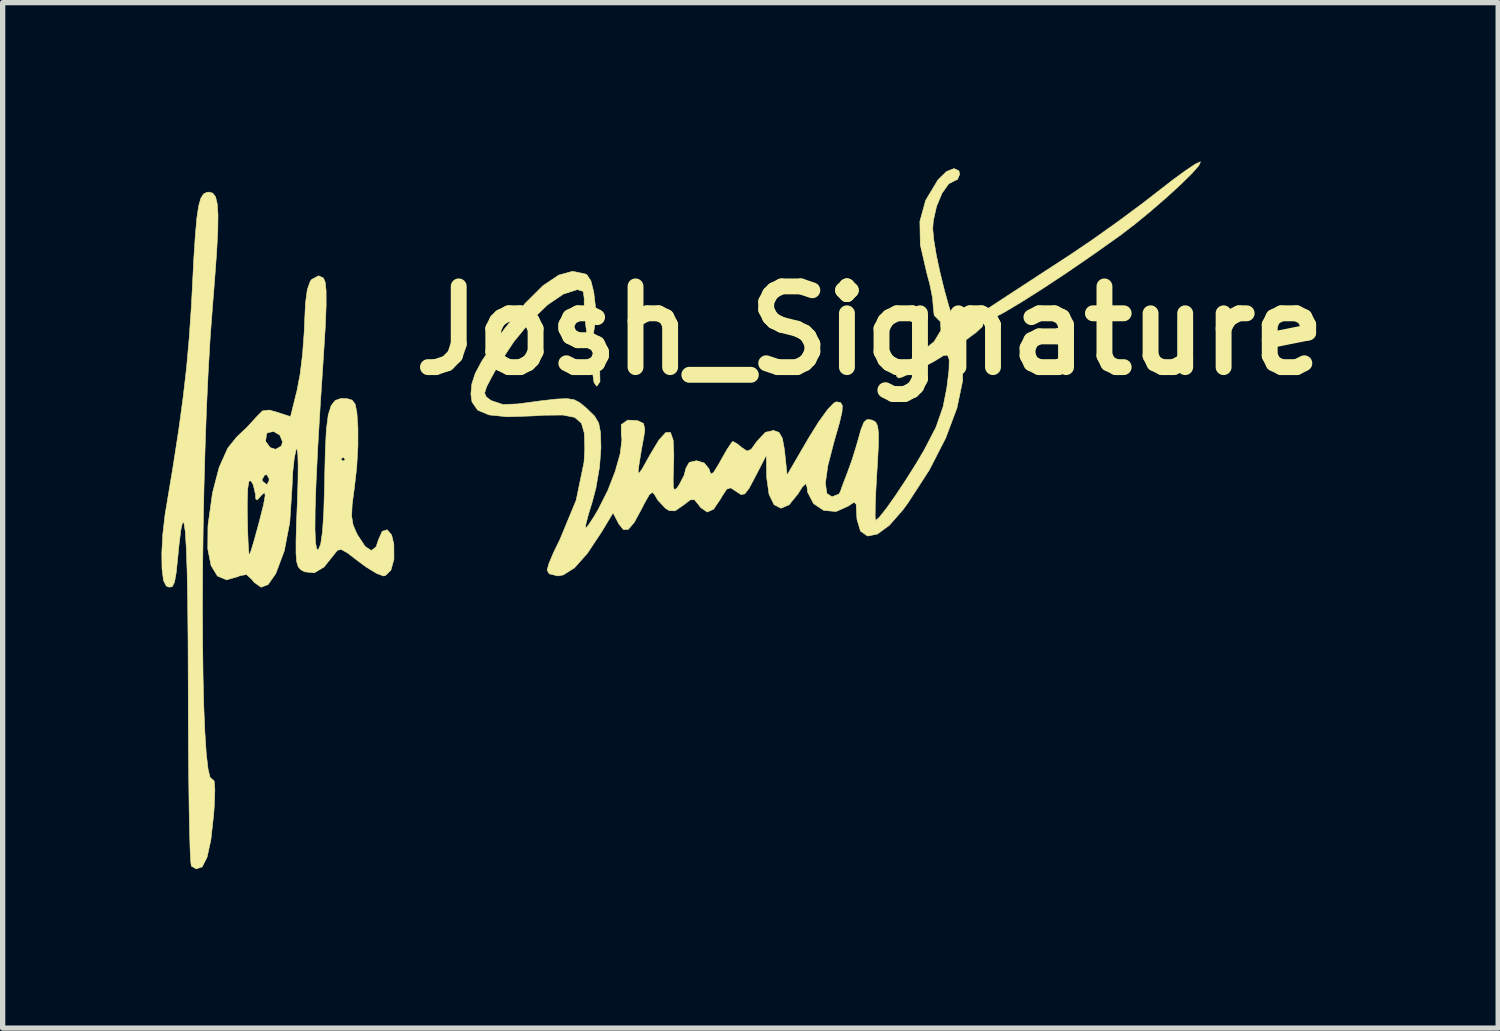
<source format=kicad_pcb>
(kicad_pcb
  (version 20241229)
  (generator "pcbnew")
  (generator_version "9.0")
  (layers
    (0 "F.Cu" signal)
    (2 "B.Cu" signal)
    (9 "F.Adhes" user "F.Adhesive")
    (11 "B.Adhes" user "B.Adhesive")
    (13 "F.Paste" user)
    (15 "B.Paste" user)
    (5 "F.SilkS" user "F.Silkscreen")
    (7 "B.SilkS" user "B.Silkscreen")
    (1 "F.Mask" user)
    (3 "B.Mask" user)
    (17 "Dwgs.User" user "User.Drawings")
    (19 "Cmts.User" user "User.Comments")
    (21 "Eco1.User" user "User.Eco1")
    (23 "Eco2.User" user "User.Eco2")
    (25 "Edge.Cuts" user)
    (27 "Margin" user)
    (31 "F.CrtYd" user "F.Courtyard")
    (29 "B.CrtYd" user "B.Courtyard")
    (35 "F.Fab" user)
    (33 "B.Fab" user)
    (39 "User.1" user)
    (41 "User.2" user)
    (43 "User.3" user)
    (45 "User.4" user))
  (footprint "Josh_Signature"
    (layer "F.Cu")
    (at 13.376 3.192)
    (property "Reference" "Josh_Signature" (at 0 0 0) (layer "F.SilkS") (effects (font (size 1.524 1.524) (thickness 0.3))))
    (attr through_hole)
    (fp_poly (pts (xy -5.187 0.414) (xy -5.165 0.486) (xy -5.102 0.768) (xy -5.098 0.963) (xy -5.153 1.045) (xy -5.165 1.046) (xy -5.211 0.978) (xy -5.237 0.804) (xy -5.239 0.654) (xy -5.231 0.442) (xy -5.215 0.366) (xy -5.187 0.414)) (stroke (width 0.01) (type solid)) (fill yes) (layer "F.SilkS"))
    (fp_poly (pts (xy -12.409 -2.595) (xy -12.357 -2.528) (xy -12.325 -2.396) (xy -12.31 -2.186) (xy -12.314 -1.883) (xy -12.336 -1.472) (xy -12.375 -0.937) (xy -12.412 -0.475) (xy -12.457 0.122) (xy -12.495 0.78) (xy -12.528 1.485) (xy -12.554 2.223) (xy -12.575 2.979) (xy -12.59 3.739) (xy -12.6 4.49) (xy -12.603 5.216) (xy -12.6 5.904) (xy -12.592 6.54) (xy -12.578 7.109) (xy -12.557 7.598) (xy -12.531 7.991) (xy -12.498 8.276) (xy -12.46 8.437) (xy -12.423 8.467) (xy -12.383 8.501) (xy -12.369 8.668) (xy -12.38 8.973) (xy -12.393 9.149) (xy -12.445 9.618) (xy -12.516 9.942) (xy -12.607 10.123) (xy -12.72 10.164) (xy -12.813 10.11) (xy -12.825 10.027) (xy -12.836 9.811) (xy -12.846 9.475) (xy -12.855 9.036) (xy -12.862 8.509) (xy -12.868 7.91) (xy -12.871 7.254) (xy -12.872 6.767) (xy -12.875 5.883) (xy -12.882 5.143) (xy -12.893 4.547) (xy -12.909 4.097) (xy -12.928 3.792) (xy -12.952 3.634) (xy -12.979 3.622) (xy -13.011 3.759) (xy -13.046 4.044) (xy -13.066 4.248) (xy -13.098 4.562) (xy -13.131 4.75) (xy -13.175 4.836) (xy -13.239 4.843) (xy -13.287 4.822) (xy -13.339 4.718) (xy -13.367 4.499) (xy -13.371 4.197) (xy -13.352 3.843) (xy -13.309 3.47) (xy -13.291 3.362) (xy -13.157 2.556) (xy -13.05 1.863) (xy -12.967 1.25) (xy -12.902 0.684) (xy -12.853 0.13) (xy -12.814 -0.443) (xy -12.796 -0.784) (xy -12.767 -1.359) (xy -12.738 -1.801) (xy -12.709 -2.127) (xy -12.675 -2.354) (xy -12.634 -2.499) (xy -12.583 -2.58) (xy -12.518 -2.612) (xy -12.481 -2.615) (xy -12.409 -2.595)) (stroke (width 0.01) (type solid)) (fill yes) (layer "F.SilkS"))
    (fp_poly (pts (xy -10.32 -0.993) (xy -10.286 -0.916) (xy -10.269 -0.751) (xy -10.268 -0.481) (xy -10.283 -0.093) (xy -10.315 0.428) (xy -10.317 0.461) (xy -10.379 1.404) (xy -10.426 2.202) (xy -10.458 2.858) (xy -10.476 3.375) (xy -10.479 3.756) (xy -10.469 4.006) (xy -10.444 4.127) (xy -10.415 4.136) (xy -10.371 4.031) (xy -10.337 3.796) (xy -10.313 3.424) (xy -10.298 2.911) (xy -10.296 2.779) (xy -10.288 2.428) (xy -9.991 2.428) (xy -9.948 2.465) (xy -9.906 2.428) (xy -9.948 2.391) (xy -9.991 2.428) (xy -10.288 2.428) (xy -10.284 2.258) (xy -10.264 1.869) (xy -10.229 1.594) (xy -10.174 1.416) (xy -10.096 1.318) (xy -9.988 1.281) (xy -9.871 1.285) (xy -9.777 1.313) (xy -9.72 1.389) (xy -9.688 1.548) (xy -9.669 1.821) (xy -9.668 1.83) (xy -9.668 2.175) (xy -9.691 2.581) (xy -9.734 2.96) (xy -9.735 2.966) (xy -9.777 3.285) (xy -9.787 3.503) (xy -9.76 3.666) (xy -9.695 3.82) (xy -9.676 3.857) (xy -9.53 4.078) (xy -9.413 4.153) (xy -9.324 4.081) (xy -9.283 3.956) (xy -9.21 3.79) (xy -9.116 3.76) (xy -9.032 3.858) (xy -8.99 4.032) (xy -8.988 4.316) (xy -9.046 4.525) (xy -9.152 4.627) (xy -9.188 4.632) (xy -9.316 4.584) (xy -9.514 4.463) (xy -9.664 4.352) (xy -9.866 4.197) (xy -9.984 4.132) (xy -10.055 4.147) (xy -10.109 4.215) (xy -10.308 4.464) (xy -10.492 4.574) (xy -10.674 4.554) (xy -10.682 4.55) (xy -10.749 4.513) (xy -10.795 4.459) (xy -10.824 4.366) (xy -10.837 4.21) (xy -10.837 3.968) (xy -10.827 3.617) (xy -10.813 3.26) (xy -10.8 2.862) (xy -10.797 2.545) (xy -10.803 2.328) (xy -10.819 2.23) (xy -10.834 2.241) (xy -10.87 2.407) (xy -10.898 2.668) (xy -10.913 2.97) (xy -10.914 2.997) (xy -10.955 3.621) (xy -11.058 4.158) (xy -11.216 4.58) (xy -11.227 4.6) (xy -11.365 4.796) (xy -11.497 4.845) (xy -11.631 4.75) (xy -11.664 4.706) (xy -11.771 4.605) (xy -11.898 4.628) (xy -11.928 4.643) (xy -12.148 4.706) (xy -12.321 4.634) (xy -12.441 4.436) (xy -12.503 4.122) (xy -12.5 3.703) (xy -12.496 3.655) (xy -12.441 3.259) (xy -11.758 3.259) (xy -11.756 3.494) (xy -11.749 3.809) (xy -11.738 4.057) (xy -11.726 4.207) (xy -11.717 4.238) (xy -11.687 4.159) (xy -11.63 3.97) (xy -11.557 3.704) (xy -11.524 3.582) (xy -11.449 3.282) (xy -11.419 3.112) (xy -11.431 3.057) (xy -11.479 3.096) (xy -11.569 3.197) (xy -11.598 3.177) (xy -11.601 3.096) (xy -11.644 2.913) (xy -11.685 2.839) (xy -11.725 2.841) (xy -11.749 2.98) (xy -11.758 3.259) (xy -12.441 3.259) (xy -12.415 3.069) (xy -12.35 2.817) (xy -11.48 2.817) (xy -11.469 2.844) (xy -11.387 2.91) (xy -11.347 2.835) (xy -11.345 2.797) (xy -11.387 2.72) (xy -11.431 2.728) (xy -11.48 2.817) (xy -12.35 2.817) (xy -12.289 2.584) (xy -12.125 2.218) (xy -12.022 2.09) (xy -11.412 2.09) (xy -11.324 2.209) (xy -11.221 2.241) (xy -11.114 2.179) (xy -11.091 2.1) (xy -11.144 1.972) (xy -11.26 1.904) (xy -11.375 1.929) (xy -11.392 1.949) (xy -11.412 2.09) (xy -12.022 2.09) (xy -11.955 2.007) (xy -11.759 1.822) (xy -11.595 1.642) (xy -11.587 1.633) (xy -11.471 1.516) (xy -11.341 1.5) (xy -11.195 1.541) (xy -10.941 1.624) (xy -10.818 1.13) (xy -10.76 0.826) (xy -10.713 0.439) (xy -10.683 0.036) (xy -10.677 -0.112) (xy -10.659 -0.509) (xy -10.624 -0.775) (xy -10.568 -0.931) (xy -10.538 -0.968) (xy -10.41 -1.035) (xy -10.32 -0.993)) (stroke (width 0.01) (type solid)) (fill yes) (layer "F.SilkS"))
    (fp_poly (pts (xy 6.239 -3.186) (xy 6.208 -3.115) (xy 6.076 -2.965) (xy 5.866 -2.759) (xy 5.602 -2.517) (xy 5.309 -2.263) (xy 5.01 -2.017) (xy 4.728 -1.801) (xy 4.699 -1.78) (xy 4.189 -1.419) (xy 3.701 -1.084) (xy 3.25 -0.786) (xy 2.857 -0.537) (xy 2.538 -0.347) (xy 2.311 -0.228) (xy 2.194 -0.192) (xy 2.188 -0.194) (xy 2.13 -0.203) (xy 2.147 -0.167) (xy 2.122 -0.076) (xy 1.99 0.046) (xy 1.948 0.074) (xy 1.779 0.202) (xy 1.725 0.335) (xy 1.742 0.509) (xy 1.75 0.943) (xy 1.643 1.457) (xy 1.43 2.027) (xy 1.12 2.632) (xy 0.721 3.248) (xy 0.622 3.384) (xy 0.365 3.677) (xy 0.139 3.842) (xy -0.046 3.879) (xy -0.179 3.786) (xy -0.246 3.563) (xy -0.253 3.444) (xy -0.261 3.279) (xy -0.3 3.24) (xy -0.399 3.305) (xy -0.409 3.313) (xy -0.64 3.416) (xy -0.873 3.395) (xy -1.065 3.267) (xy -1.177 3.053) (xy -1.189 2.953) (xy -1.211 2.89) (xy -1.278 2.953) (xy -1.36 3.082) (xy -1.527 3.289) (xy -1.681 3.354) (xy -1.812 3.286) (xy -1.906 3.091) (xy -1.95 2.778) (xy -1.952 2.713) (xy -1.957 2.353) (xy -2.165 2.756) (xy -2.283 2.978) (xy -2.364 3.083) (xy -2.436 3.096) (xy -2.525 3.037) (xy -2.63 2.969) (xy -2.705 2.993) (xy -2.794 3.129) (xy -2.82 3.176) (xy -2.953 3.372) (xy -3.073 3.426) (xy -3.195 3.342) (xy -3.235 3.289) (xy -3.315 3.193) (xy -3.392 3.195) (xy -3.527 3.298) (xy -3.53 3.3) (xy -3.679 3.403) (xy -3.788 3.4) (xy -3.859 3.357) (xy -4.006 3.202) (xy -4.058 3.112) (xy -4.104 3.053) (xy -4.165 3.096) (xy -4.258 3.258) (xy -4.303 3.348) (xy -4.448 3.617) (xy -4.561 3.751) (xy -4.655 3.759) (xy -4.744 3.648) (xy -4.753 3.63) (xy -4.851 3.441) (xy -5.063 3.794) (xy -5.336 4.206) (xy -5.577 4.477) (xy -5.79 4.613) (xy -5.894 4.632) (xy -6.056 4.592) (xy -6.096 4.522) (xy -6.063 4.401) (xy -5.975 4.191) (xy -5.854 3.943) (xy -5.548 3.204) (xy -5.399 2.484) (xy -5.385 2.233) (xy -5.393 1.94) (xy -5.448 1.748) (xy -5.575 1.638) (xy -5.803 1.594) (xy -6.159 1.598) (xy -6.363 1.611) (xy -6.85 1.627) (xy -7.192 1.592) (xy -7.408 1.501) (xy -7.515 1.346) (xy -7.535 1.198) (xy -7.518 1.008) (xy -7.454 0.81) (xy -7.33 0.577) (xy -7.13 0.278) (xy -6.893 -0.043) (xy -6.511 -0.514) (xy -6.176 -0.847) (xy -5.879 -1.047) (xy -5.614 -1.12) (xy -5.375 -1.069) (xy -5.344 -1.053) (xy -5.27 -0.941) (xy -5.216 -0.729) (xy -5.185 -0.465) (xy -5.183 -0.199) (xy -5.215 0.02) (xy -5.234 0.075) (xy -5.284 0.175) (xy -5.317 0.168) (xy -5.347 0.036) (xy -5.364 -0.075) (xy -5.39 -0.327) (xy -5.397 -0.548) (xy -5.395 -0.598) (xy -5.413 -0.739) (xy -5.523 -0.774) (xy -5.527 -0.774) (xy -5.79 -0.689) (xy -6.091 -0.484) (xy -6.409 -0.177) (xy -6.727 0.213) (xy -7.026 0.666) (xy -7.127 0.847) (xy -7.237 1.057) (xy -7.276 1.177) (xy -7.247 1.25) (xy -7.154 1.32) (xy -6.931 1.395) (xy -6.646 1.384) (xy -6.215 1.326) (xy -5.916 1.292) (xy -5.717 1.284) (xy -5.583 1.306) (xy -5.48 1.36) (xy -5.373 1.448) (xy -5.338 1.479) (xy -5.199 1.615) (xy -5.122 1.746) (xy -5.088 1.924) (xy -5.08 2.197) (xy -5.08 2.217) (xy -5.107 2.577) (xy -5.175 2.974) (xy -5.243 3.231) (xy -5.319 3.479) (xy -5.365 3.659) (xy -5.373 3.735) (xy -5.372 3.735) (xy -5.318 3.675) (xy -5.215 3.519) (xy -5.131 3.377) (xy -4.953 3.024) (xy -4.811 2.66) (xy -4.717 2.326) (xy -4.684 2.061) (xy -4.696 1.963) (xy -4.697 1.776) (xy -4.574 1.689) (xy -4.386 1.7) (xy -4.275 1.754) (xy -4.251 1.871) (xy -4.268 1.99) (xy -4.315 2.247) (xy -4.359 2.516) (xy -4.36 2.521) (xy -4.377 2.659) (xy -4.365 2.697) (xy -4.309 2.623) (xy -4.198 2.427) (xy -4.158 2.353) (xy -3.985 2.066) (xy -3.855 1.923) (xy -3.766 1.923) (xy -3.716 2.068) (xy -3.703 2.359) (xy -3.707 2.503) (xy -3.716 2.794) (xy -3.713 2.956) (xy -3.691 3.009) (xy -3.646 2.973) (xy -3.604 2.914) (xy -3.509 2.731) (xy -3.474 2.596) (xy -3.412 2.487) (xy -3.275 2.456) (xy -3.129 2.5) (xy -3.037 2.613) (xy -3.033 2.633) (xy -3.005 2.709) (xy -2.953 2.678) (xy -2.859 2.527) (xy -2.815 2.447) (xy -2.702 2.248) (xy -2.616 2.119) (xy -2.588 2.092) (xy -2.507 2.138) (xy -2.419 2.209) (xy -2.321 2.274) (xy -2.243 2.242) (xy -2.138 2.096) (xy -1.975 1.92) (xy -1.82 1.885) (xy -1.718 1.923) (xy -1.655 2.03) (xy -1.616 2.241) (xy -1.608 2.316) (xy -1.565 2.727) (xy -1.163 2.036) (xy -0.971 1.727) (xy -0.804 1.496) (xy -0.679 1.365) (xy -0.634 1.345) (xy -0.558 1.357) (xy -0.522 1.412) (xy -0.528 1.533) (xy -0.578 1.747) (xy -0.673 2.078) (xy -0.677 2.092) (xy -0.796 2.551) (xy -0.842 2.879) (xy -0.814 3.075) (xy -0.717 3.138) (xy -0.587 3.086) (xy -0.561 3.044) (xy -0.516 2.915) (xy -0.441 2.72) (xy -0.429 2.689) (xy -0.336 2.432) (xy -0.251 2.155) (xy -0.244 2.129) (xy -0.171 1.87) (xy -0.114 1.729) (xy -0.053 1.677) (xy 0.031 1.688) (xy 0.05 1.694) (xy 0.108 1.728) (xy 0.144 1.802) (xy 0.161 1.938) (xy 0.159 2.165) (xy 0.141 2.505) (xy 0.131 2.664) (xy 0.111 3.015) (xy 0.1 3.304) (xy 0.097 3.504) (xy 0.105 3.585) (xy 0.106 3.586) (xy 0.177 3.524) (xy 0.309 3.358) (xy 0.481 3.115) (xy 0.676 2.821) (xy 0.875 2.505) (xy 1.025 2.251) (xy 1.246 1.824) (xy 1.381 1.435) (xy 1.451 1.079) (xy 1.491 0.75) (xy 1.496 0.55) (xy 1.464 0.463) (xy 1.39 0.47) (xy 1.336 0.504) (xy 1.197 0.588) (xy 0.991 0.697) (xy 0.775 0.802) (xy 0.604 0.877) (xy 0.542 0.896) (xy 0.496 0.855) (xy 0.561 0.746) (xy 0.717 0.595) (xy 0.931 0.435) (xy 1.211 0.208) (xy 1.334 0.005) (xy 1.339 -0.022) (xy 1.33 -0.169) (xy 1.274 -0.224) (xy 1.212 -0.288) (xy 1.196 -0.43) (xy 1.182 -0.612) (xy 1.13 -0.873) (xy 1.071 -1.094) (xy 0.95 -1.619) (xy 0.942 -2.063) (xy 1.05 -2.458) (xy 1.279 -2.839) (xy 1.293 -2.857) (xy 1.445 -3.004) (xy 1.587 -3.06) (xy 1.679 -3.017) (xy 1.693 -2.951) (xy 1.651 -2.851) (xy 1.616 -2.839) (xy 1.486 -2.771) (xy 1.36 -2.594) (xy 1.257 -2.347) (xy 1.195 -2.071) (xy 1.185 -1.923) (xy 1.204 -1.715) (xy 1.252 -1.427) (xy 1.322 -1.098) (xy 1.404 -0.765) (xy 1.488 -0.463) (xy 1.567 -0.232) (xy 1.63 -0.107) (xy 1.635 -0.101) (xy 1.719 -0.124) (xy 1.904 -0.221) (xy 2.158 -0.373) (xy 2.302 -0.466) (xy 2.633 -0.683) (xy 3.042 -0.95) (xy 3.47 -1.229) (xy 3.768 -1.423) (xy 4.201 -1.716) (xy 4.686 -2.061) (xy 5.151 -2.406) (xy 5.403 -2.601) (xy 5.704 -2.835) (xy 5.961 -3.023) (xy 6.146 -3.146) (xy 6.236 -3.187) (xy 6.239 -3.186)) (stroke (width 0.01) (type solid)) (fill yes) (layer "F.SilkS")))
  (gr_rect
    (start -3 -3)
    (end 25.237 16.361)
    (stroke (width 0.1) (type default))
    (fill no)
    (layer "Edge.Cuts")))
</source>
